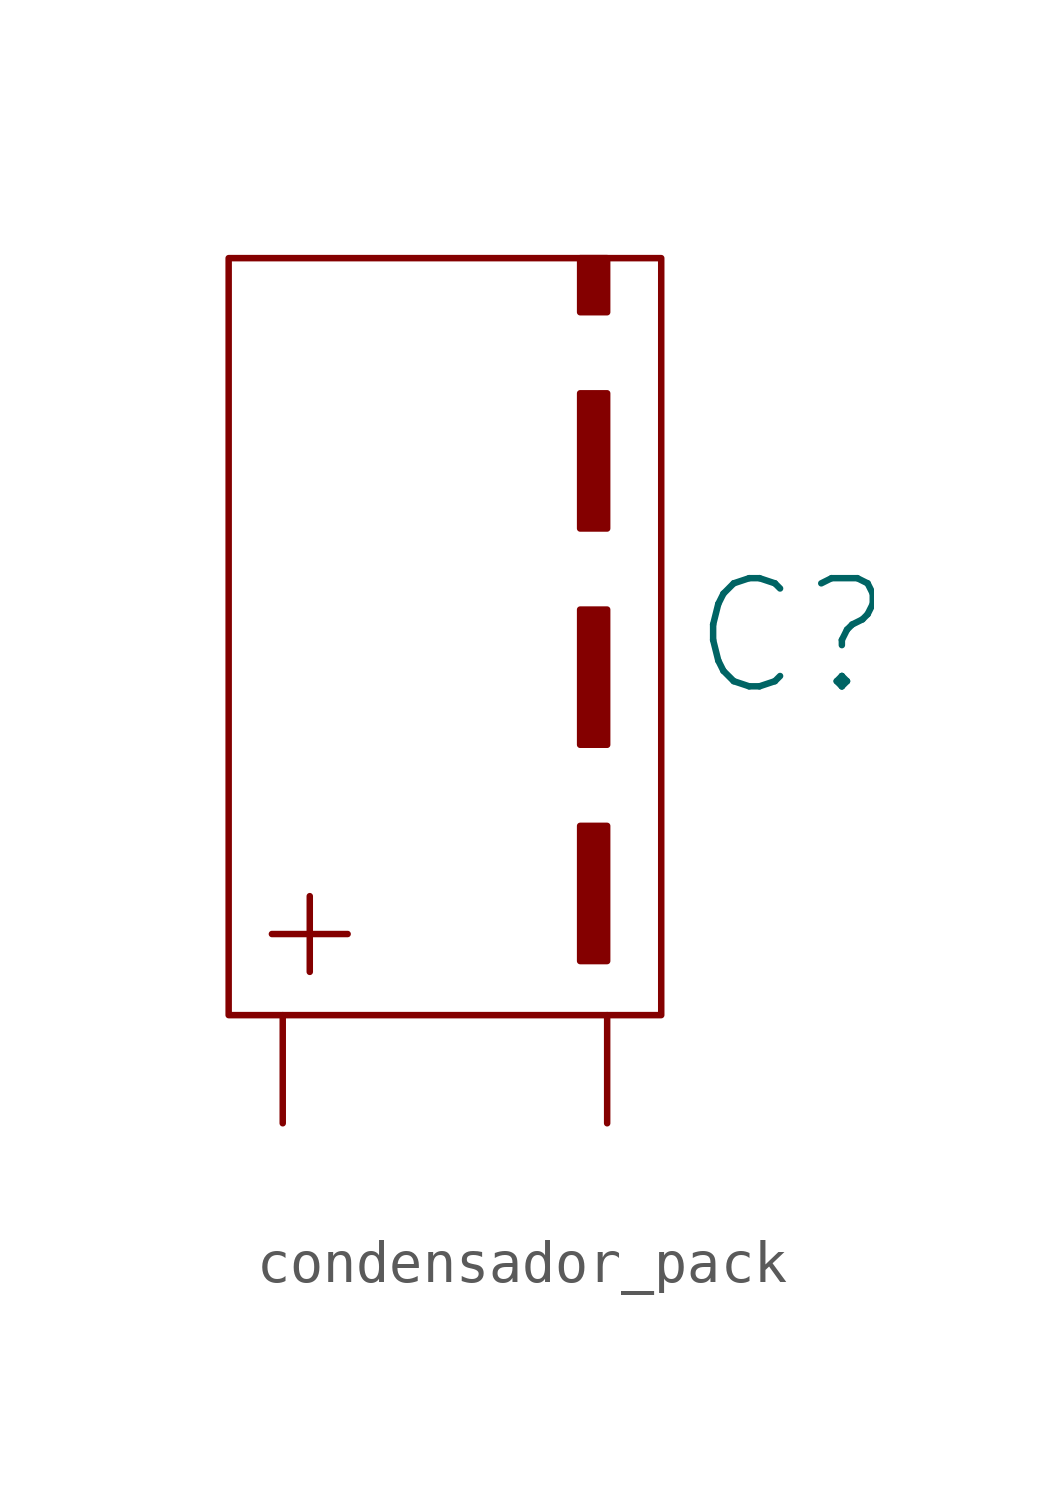
<source format=kicad_sym>
(kicad_symbol_lib
  (version 20231120)
  (generator "kicad_symbol_editor")
  (generator_version "8.0")
  (symbol "condensador_pack"
    (pin_names
      (offset 1.016))
    (property "Reference" "C"
      (at 9.525 11.43 0)
      (effects (font (size 2.54 2.54)) (justify left)))
    (symbol "condensador_pack_0_1"
      (rectangle (start -1.27 2.54) (end 8.89 20.32) (stroke (width 0) (type default)) (fill (type none)))
      (polyline (pts (xy 0.635 5.334) (xy 0.635 3.556)) (stroke (width 0) (type default)) (fill (type none)))
      (polyline (pts (xy 1.524 4.445) (xy -0.254 4.445)) (stroke (width 0) (type default)) (fill (type none)))
      (rectangle (start 6.985 3.81) (end 7.62 6.985) (stroke (width 0) (type default)) (fill (type outline)))
      (rectangle (start 6.985 8.89) (end 7.62 12.065) (stroke (width 0) (type default)) (fill (type outline)))
      (rectangle (start 6.985 13.97) (end 7.62 17.145) (stroke (width 0) (type default)) (fill (type outline)))
      (rectangle (start 6.985 19.05) (end 7.62 20.32) (stroke (width 0) (type default)) (fill (type outline))))
    (symbol "condensador_pack_1_1"
      (pin input line (at 0 0 90) (length 2.54) (name "" (effects (font (size 1.27 1.27)))) (number "" (effects (font (size 1.143 1.143)))))
      (pin input line (at 7.62 0 90) (length 2.54) (name "" (effects (font (size 1.27 1.27)))) (number "" (effects (font (size 1.143 1.143))))))))
</source>
